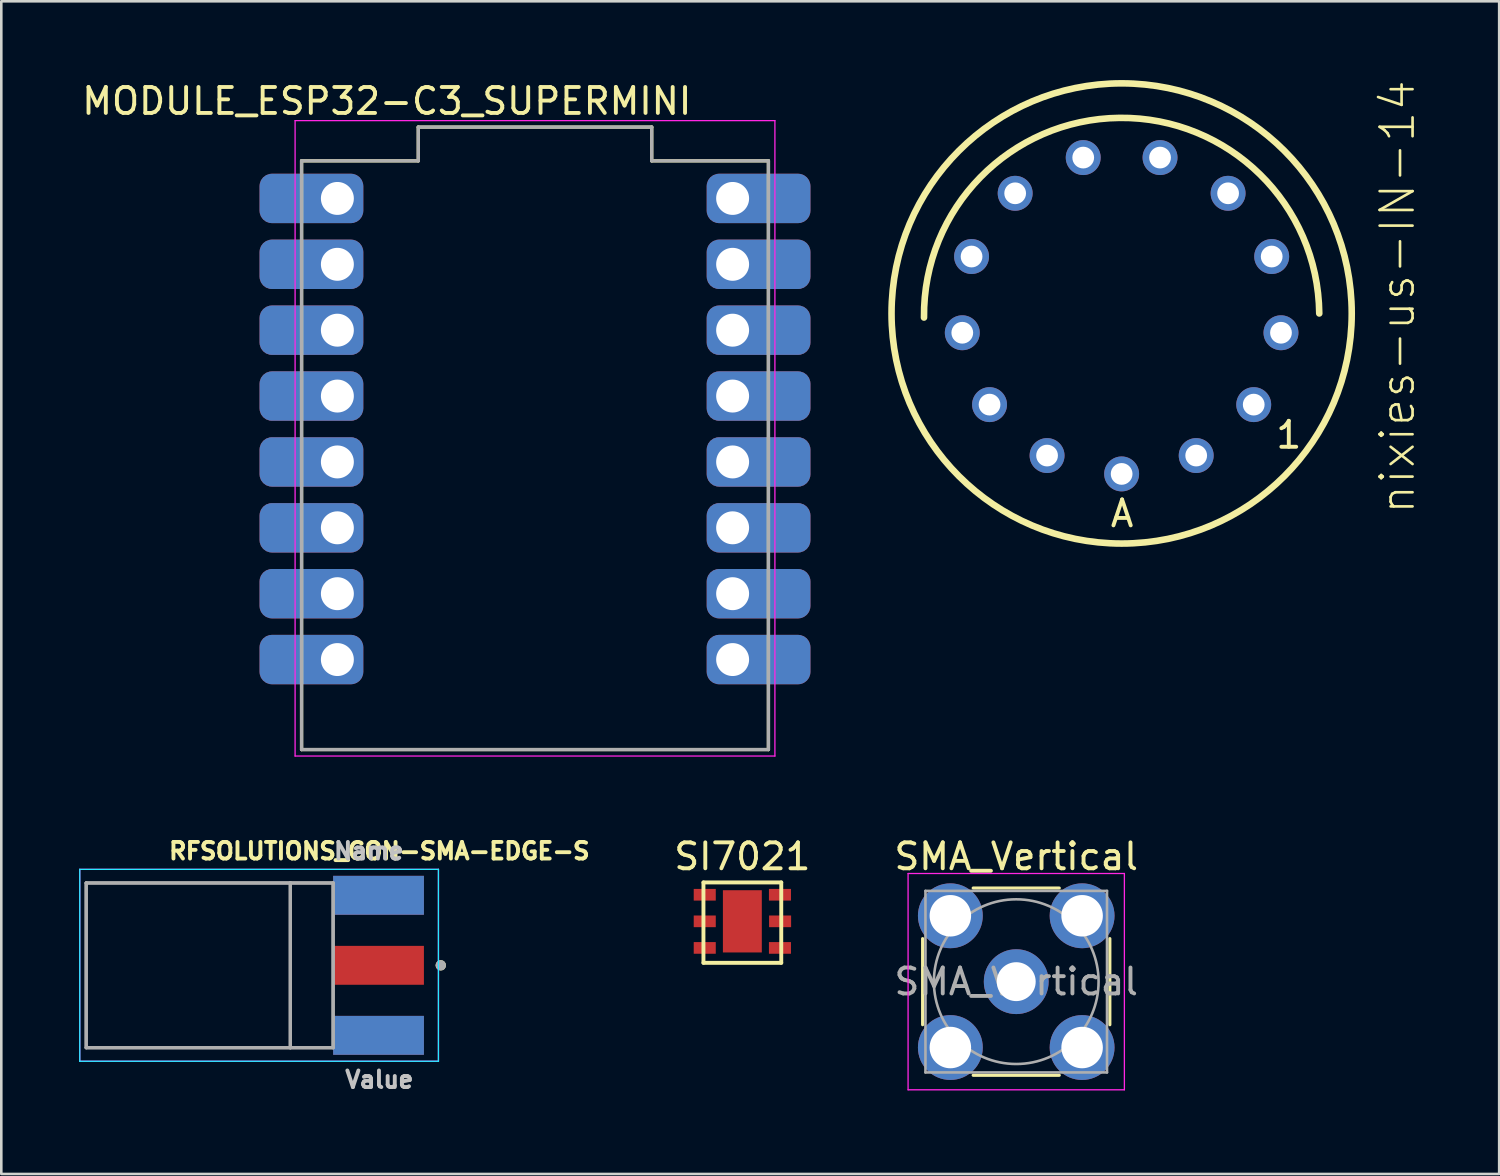
<source format=kicad_pcb>
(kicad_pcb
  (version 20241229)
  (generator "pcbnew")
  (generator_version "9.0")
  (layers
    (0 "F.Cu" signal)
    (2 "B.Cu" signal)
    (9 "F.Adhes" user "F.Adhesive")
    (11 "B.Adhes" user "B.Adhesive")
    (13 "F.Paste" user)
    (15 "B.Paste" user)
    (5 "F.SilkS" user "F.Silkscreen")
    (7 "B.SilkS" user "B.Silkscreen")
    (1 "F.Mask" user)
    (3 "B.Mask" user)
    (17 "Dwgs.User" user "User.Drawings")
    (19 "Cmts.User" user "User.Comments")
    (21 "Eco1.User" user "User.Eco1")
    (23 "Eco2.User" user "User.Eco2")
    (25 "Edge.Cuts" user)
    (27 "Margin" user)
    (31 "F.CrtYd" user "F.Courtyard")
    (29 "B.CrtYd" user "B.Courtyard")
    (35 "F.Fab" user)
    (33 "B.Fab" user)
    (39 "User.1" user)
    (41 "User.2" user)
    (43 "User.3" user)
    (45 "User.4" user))
  (footprint "RFSOLUTIONS_CON-SMA-EDGE-S"
    (layer "F.Cu")
    (at 11.545 34.17)
    (property "Reference" "RFSOLUTIONS_CON-SMA-EDGE-S" (at 0.032 -4.406 0) (layer "F.SilkS") (effects (font (size 0.64 0.64) (thickness 0.15))))
    (attr through_hole)
    (fp_circle (center 2.4 0) (end 2.5 0) (stroke (width 0.2) (type solid)) (fill no) (layer "F.SilkS"))
    (fp_line (start -11.52 -3.7) (end -11.52 3.7) (stroke (width 0.05) (type solid)) (layer "B.CrtYd"))
    (fp_line (start -11.52 3.7) (end 2.31 3.7) (stroke (width 0.05) (type solid)) (layer "B.CrtYd"))
    (fp_line (start 2.31 -3.7) (end -11.52 -3.7) (stroke (width 0.05) (type solid)) (layer "B.CrtYd"))
    (fp_line (start 2.31 3.7) (end 2.31 -3.7) (stroke (width 0.05) (type solid)) (layer "B.CrtYd"))
    (fp_line (start -11.52 -3.7) (end 2.31 -3.7) (stroke (width 0.05) (type solid)) (layer "F.CrtYd"))
    (fp_line (start -11.52 3.7) (end -11.52 -3.7) (stroke (width 0.05) (type solid)) (layer "F.CrtYd"))
    (fp_line (start 2.31 -3.7) (end 2.31 3.7) (stroke (width 0.05) (type solid)) (layer "F.CrtYd"))
    (fp_line (start 2.31 3.7) (end -11.52 3.7) (stroke (width 0.05) (type solid)) (layer "F.CrtYd"))
    (fp_line (start -11.27 -3.175) (end -11.27 3.175) (stroke (width 0.127) (type solid)) (layer "F.Fab"))
    (fp_line (start -11.27 -3.175) (end -3.4 -3.175) (stroke (width 0.127) (type solid)) (layer "F.Fab"))
    (fp_line (start -11.27 3.175) (end -11.27 -3.175) (stroke (width 0.127) (type solid)) (layer "F.Fab"))
    (fp_line (start -11.27 3.175) (end -3.4 3.175) (stroke (width 0.127) (type solid)) (layer "F.Fab"))
    (fp_line (start -3.4 -3.175) (end -11.27 -3.175) (stroke (width 0.127) (type solid)) (layer "F.Fab"))
    (fp_line (start -3.4 -3.175) (end -3.4 3.175) (stroke (width 0.127) (type solid)) (layer "F.Fab"))
    (fp_line (start -3.4 -3.175) (end -1.75 -3.175) (stroke (width 0.127) (type solid)) (layer "F.Fab"))
    (fp_line (start -3.4 3.175) (end -11.27 3.175) (stroke (width 0.127) (type solid)) (layer "F.Fab"))
    (fp_line (start -3.4 3.175) (end -3.4 -3.175) (stroke (width 0.127) (type solid)) (layer "F.Fab"))
    (fp_line (start -3.4 3.175) (end -1.75 3.175) (stroke (width 0.127) (type solid)) (layer "F.Fab"))
    (fp_line (start -1.75 -3.175) (end -3.4 -3.175) (stroke (width 0.127) (type solid)) (layer "F.Fab"))
    (fp_line (start -1.75 -3.175) (end -1.75 3.175) (stroke (width 0.127) (type solid)) (layer "F.Fab"))
    (fp_line (start -1.75 3.175) (end -3.4 3.175) (stroke (width 0.127) (type solid)) (layer "F.Fab"))
    (fp_line (start -1.75 3.175) (end -1.75 -3.175) (stroke (width 0.127) (type solid)) (layer "F.Fab"))
    (fp_circle (center 2.4 0) (end 2.5 0) (stroke (width 0.2) (type solid)) (fill no) (layer "F.Fab"))
    (fp_text user "Name" (at -0.374 -4.406 0) (layer "Dwgs.User") (effects (font (size 0.64 0.64) (thickness 0.15))))
    (fp_text user "Value" (at 0.032 4.406 0) (layer "Dwgs.User") (effects (font (size 0.64 0.64) (thickness 0.15))))
    (pad "1" smd rect (at 0 0) (size 3.5 1.5) (layers "F.Cu" "F.Mask" "F.Paste"))
    (pad "G1" smd rect (at 0 -2.7) (size 3.5 1.5) (layers "F.Cu" "F.Mask" "F.Paste"))
    (pad "G2" smd rect (at 0 2.7) (size 3.5 1.5) (layers "F.Cu" "F.Mask" "F.Paste"))
    (pad "G3" smd rect (at 0 -2.7) (size 3.5 1.5) (layers "B.Cu" "B.Mask" "B.Paste"))
    (pad "G4" smd rect (at 0 2.7) (size 3.5 1.5) (layers "B.Cu" "B.Mask" "B.Paste")))
  (footprint "SI7021"
    (layer "F.Cu")
    (at 25.573 32.474)
    (property "Reference" "SI7021" (at 0 -2.5 0) (layer "F.SilkS") (effects (font (size 1 1) (thickness 0.15))))
    (attr through_hole)
    (fp_line (start -1.5 -1.5) (end 1.5 -1.5) (stroke (width 0.15) (type solid)) (layer "F.SilkS"))
    (fp_line (start -1.5 1.6) (end -1.5 -1.5) (stroke (width 0.15) (type solid)) (layer "F.SilkS"))
    (fp_line (start 1.5 -1.5) (end 1.5 1.6) (stroke (width 0.15) (type solid)) (layer "F.SilkS"))
    (fp_line (start 1.5 1.6) (end -1.5 1.6) (stroke (width 0.15) (type solid)) (layer "F.SilkS"))
    (pad "" smd rect (at 0 0) (size 1.5 2.4) (layers "F.Cu" "F.Mask" "F.Paste"))
    (pad "1" smd rect (at -1.45 -1.025) (size 0.85 0.45) (layers "F.Cu" "F.Mask" "F.Paste"))
    (pad "2" smd rect (at -1.45 0) (size 0.85 0.45) (layers "F.Cu" "F.Mask" "F.Paste"))
    (pad "3" smd rect (at -1.45 1.025) (size 0.85 0.45) (layers "F.Cu" "F.Mask" "F.Paste"))
    (pad "4" smd rect (at 1.45 1.025) (size 0.85 0.45) (layers "F.Cu" "F.Mask" "F.Paste"))
    (pad "5" smd rect (at 1.455 0) (size 0.85 0.45) (layers "F.Cu" "F.Mask" "F.Paste"))
    (pad "6" smd rect (at 1.45 -1.025) (size 0.85 0.45) (layers "F.Cu" "F.Mask" "F.Paste")))
  (footprint "MODULE_ESP32-C3_SUPERMINI"
    (layer "F.Cu")
    (at 17.578 14.501)
    (property "Reference" "MODULE_ESP32-C3_SUPERMINI" (at -5.715 -13.652 0) (layer "F.SilkS") (effects (font (size 1 1) (thickness 0.15))))
    (attr through_hole)
    (fp_line (start -9 11.35) (end -9 -11.35) (stroke (width 0.127) (type solid)) (layer "F.SilkS"))
    (fp_line (start -4.5 -12.65) (end -4.5 -11.35) (stroke (width 0.127) (type solid)) (layer "F.SilkS"))
    (fp_line (start -4.5 -11.35) (end -9 -11.35) (stroke (width 0.127) (type solid)) (layer "F.SilkS"))
    (fp_line (start 4.5 -12.65) (end -4.5 -12.65) (stroke (width 0.127) (type solid)) (layer "F.SilkS"))
    (fp_line (start 4.5 -12.65) (end 4.5 -11.35) (stroke (width 0.127) (type solid)) (layer "F.SilkS"))
    (fp_line (start 9 -11.35) (end 4.5 -11.35) (stroke (width 0.127) (type solid)) (layer "F.SilkS"))
    (fp_line (start 9 11.35) (end -9 11.35) (stroke (width 0.127) (type solid)) (layer "F.SilkS"))
    (fp_line (start 9 11.35) (end 9 -11.35) (stroke (width 0.127) (type solid)) (layer "F.SilkS"))
    (fp_line (start -9.25 -12.9) (end 9.25 -12.9) (stroke (width 0.05) (type solid)) (layer "F.CrtYd"))
    (fp_line (start -9.25 11.6) (end -9.25 -12.9) (stroke (width 0.05) (type solid)) (layer "F.CrtYd"))
    (fp_line (start 9.25 -12.9) (end 9.25 11.6) (stroke (width 0.05) (type solid)) (layer "F.CrtYd"))
    (fp_line (start 9.25 11.6) (end -9.25 11.6) (stroke (width 0.05) (type solid)) (layer "F.CrtYd"))
    (fp_line (start -9 11.35) (end -9 -11.35) (stroke (width 0.127) (type solid)) (layer "F.Fab"))
    (fp_line (start -4.5 -12.65) (end -4.5 -11.35) (stroke (width 0.127) (type solid)) (layer "F.Fab"))
    (fp_line (start -4.5 -11.35) (end -9 -11.35) (stroke (width 0.127) (type solid)) (layer "F.Fab"))
    (fp_line (start 4.5 -12.65) (end -4.5 -12.65) (stroke (width 0.127) (type solid)) (layer "F.Fab"))
    (fp_line (start 4.5 -12.65) (end 4.5 -11.35) (stroke (width 0.127) (type solid)) (layer "F.Fab"))
    (fp_line (start 9 -11.35) (end 4.5 -11.35) (stroke (width 0.127) (type solid)) (layer "F.Fab"))
    (fp_line (start 9 11.35) (end -9 11.35) (stroke (width 0.127) (type solid)) (layer "F.Fab"))
    (fp_line (start 9 11.35) (end 9 -11.35) (stroke (width 0.127) (type solid)) (layer "F.Fab"))
    (pad "0" thru_hole roundrect (at 7.62 7.88) (size 4 1.905) (drill 1.27 (offset 1 0)) (layers "*.Cu" "*.Mask") (roundrect_rratio 0.25))
    (pad "1" thru_hole roundrect (at 7.62 5.34) (size 4 1.905) (drill 1.27 (offset 1 0)) (layers "*.Cu" "*.Mask") (roundrect_rratio 0.25))
    (pad "2" thru_hole roundrect (at 7.62 2.8) (size 4 1.905) (drill 1.27 (offset 1 0)) (layers "*.Cu" "*.Mask") (roundrect_rratio 0.25))
    (pad "3" thru_hole roundrect (at 7.62 0.26) (size 4 1.905) (drill 1.27 (offset 1 0)) (layers "*.Cu" "*.Mask") (roundrect_rratio 0.25))
    (pad "3.3" thru_hole roundrect (at 7.62 -4.82) (size 4 1.905) (drill 1.27 (offset 1 0)) (layers "*.Cu" "*.Mask") (roundrect_rratio 0.25))
    (pad "4" thru_hole roundrect (at 7.62 -2.28) (size 4 1.905) (drill 1.27 (offset 1 0)) (layers "*.Cu" "*.Mask") (roundrect_rratio 0.25))
    (pad "5" thru_hole roundrect (at -7.62 -9.9) (size 4 1.905) (drill 1.27 (offset -1 0)) (layers "*.Cu" "*.Mask") (roundrect_rratio 0.25))
    (pad "5V" thru_hole roundrect (at 7.62 -9.9) (size 4 1.905) (drill 1.27 (offset 1 0)) (layers "*.Cu" "*.Mask") (roundrect_rratio 0.25))
    (pad "6" thru_hole roundrect (at -7.62 -7.36) (size 4 1.905) (drill 1.27 (offset -1 0)) (layers "*.Cu" "*.Mask") (roundrect_rratio 0.25))
    (pad "7" thru_hole roundrect (at -7.62 -4.82) (size 4 1.905) (drill 1.27 (offset -1 0)) (layers "*.Cu" "*.Mask") (roundrect_rratio 0.25))
    (pad "8" thru_hole roundrect (at -7.62 -2.28) (size 4 1.905) (drill 1.27 (offset -1 0)) (layers "*.Cu" "*.Mask") (roundrect_rratio 0.25))
    (pad "9" thru_hole roundrect (at -7.62 0.26) (size 4 1.905) (drill 1.27 (offset -1 0)) (layers "*.Cu" "*.Mask") (roundrect_rratio 0.25))
    (pad "10" thru_hole roundrect (at -7.62 2.8) (size 4 1.905) (drill 1.27 (offset -1 0)) (layers "*.Cu" "*.Mask") (roundrect_rratio 0.25))
    (pad "20" thru_hole roundrect (at -7.62 5.34) (size 4 1.905) (drill 1.27 (offset -1 0)) (layers "*.Cu" "*.Mask") (roundrect_rratio 0.25))
    (pad "21" thru_hole roundrect (at -7.62 7.88) (size 4 1.905) (drill 1.27 (offset -1 0)) (layers "*.Cu" "*.Mask") (roundrect_rratio 0.25))
    (pad "G" thru_hole roundrect (at 7.62 -7.36) (size 4 1.905) (drill 1.27 (offset 1 0)) (layers "*.Cu" "*.Mask") (roundrect_rratio 0.25)))
  (footprint "SMA_Vertical"
    (layer "F.Cu")
    (at 36.133 34.8)
    (property "Reference" "SMA_Vertical" (at 0 -4.826 0) (layer "F.SilkS") (effects (font (size 1 1) (thickness 0.15))))
    (attr through_hole)
    (fp_line (start -3.61 -1.66) (end -3.61 1.66) (stroke (width 0.12) (type solid)) (layer "F.SilkS"))
    (fp_line (start 1.66 -3.61) (end -1.66 -3.61) (stroke (width 0.12) (type solid)) (layer "F.SilkS"))
    (fp_line (start 1.66 3.61) (end -1.66 3.61) (stroke (width 0.12) (type solid)) (layer "F.SilkS"))
    (fp_line (start 3.61 -1.66) (end 3.61 1.66) (stroke (width 0.12) (type solid)) (layer "F.SilkS"))
    (fp_line (start -4.17 -4.17) (end -4.17 4.17) (stroke (width 0.05) (type solid)) (layer "F.CrtYd"))
    (fp_line (start -4.17 -4.17) (end 4.17 -4.17) (stroke (width 0.05) (type solid)) (layer "F.CrtYd"))
    (fp_line (start 4.17 4.17) (end -4.17 4.17) (stroke (width 0.05) (type solid)) (layer "F.CrtYd"))
    (fp_line (start 4.17 4.17) (end 4.17 -4.17) (stroke (width 0.05) (type solid)) (layer "F.CrtYd"))
    (fp_line (start -3.5 -3.5) (end -3.5 3.5) (stroke (width 0.1) (type solid)) (layer "F.Fab"))
    (fp_line (start -3.5 -3.5) (end 3.5 -3.5) (stroke (width 0.1) (type solid)) (layer "F.Fab"))
    (fp_line (start -3.5 3.5) (end 3.5 3.5) (stroke (width 0.1) (type solid)) (layer "F.Fab"))
    (fp_line (start 3.5 -3.5) (end 3.5 3.5) (stroke (width 0.1) (type solid)) (layer "F.Fab"))
    (fp_circle (center 0 0) (end 3.175 0) (stroke (width 0.1) (type solid)) (fill no) (layer "F.Fab"))
    (fp_text user "${REFERENCE}" (at 0 0 0) (layer "F.Fab") (effects (font (size 1 1) (thickness 0.15))))
    (pad "1" thru_hole circle (at 0 0) (size 2.5 2.5) (drill 1.5) (layers "*.Cu" "*.Mask"))
    (pad "2" thru_hole circle (at -2.54 -2.54) (size 2.5 2.5) (drill 1.6) (layers "*.Cu" "*.Mask"))
    (pad "2" thru_hole circle (at -2.54 2.54) (size 2.5 2.5) (drill 1.6) (layers "*.Cu" "*.Mask"))
    (pad "2" thru_hole circle (at 2.54 -2.54) (size 2.5 2.5) (drill 1.6) (layers "*.Cu" "*.Mask"))
    (pad "2" thru_hole circle (at 2.54 2.54) (size 2.5 2.5) (drill 1.6) (layers "*.Cu" "*.Mask")))
  (footprint "nixies-us-IN-14"
    (layer "F.Cu")
    (at 40.197 9.036)
    (property "Reference" "nixies-us-IN-14" (at 10.635 -0.635 90) (layer "F.SilkS") (effects (font (size 1.27 1.27) (thickness 0.102))))
    (attr exclude_from_pos_files exclude_from_bom)
    (fp_arc (start -7.62 0.15748) (mid -0.07874 -7.54126) (end 7.62 0) (stroke (width 0.254) (type solid)) (layer "F.SilkS"))
    (fp_circle (center 0 0) (end 0 -8.872) (stroke (width 0.254) (type solid)) (fill no) (layer "F.SilkS"))
    (fp_text user "1" (at 5.87 5.27 0) (unlocked yes) (layer "F.SilkS") (effects (font (size 1 1) (thickness 0.15)) (justify left bottom)))
    (fp_text user "A" (at -0.51 8.3 0) (unlocked yes) (layer "F.SilkS") (effects (font (size 1 1) (thickness 0.15)) (justify left bottom)))
    (pad "0" thru_hole circle (at -5.093 3.515) (size 1.346 1.346) (drill 0.838) (layers "*.Cu" "*.Mask"))
    (pad "1" thru_hole circle (at 5.093 3.515) (size 1.346 1.346) (drill 0.838) (layers "*.Cu" "*.Mask"))
    (pad "2" thru_hole circle (at 6.144 0.744) (size 1.346 1.346) (drill 0.838) (layers "*.Cu" "*.Mask"))
    (pad "3" thru_hole circle (at 5.786 -2.195) (size 1.346 1.346) (drill 0.838) (layers "*.Cu" "*.Mask"))
    (pad "4" thru_hole circle (at 4.105 -4.633) (size 1.346 1.346) (drill 0.838) (layers "*.Cu" "*.Mask"))
    (pad "5" thru_hole circle (at 1.481 -6.01) (size 1.346 1.346) (drill 0.838) (layers "*.Cu" "*.Mask"))
    (pad "6" thru_hole circle (at -1.481 -6.01) (size 1.346 1.346) (drill 0.838) (layers "*.Cu" "*.Mask"))
    (pad "7" thru_hole circle (at -4.105 -4.633) (size 1.346 1.346) (drill 0.838) (layers "*.Cu" "*.Mask"))
    (pad "8" thru_hole circle (at -5.786 -2.195) (size 1.346 1.346) (drill 0.838) (layers "*.Cu" "*.Mask"))
    (pad "9" thru_hole circle (at -6.144 0.744) (size 1.346 1.346) (drill 0.838) (layers "*.Cu" "*.Mask"))
    (pad "A" thru_hole circle (at 0 6.187) (size 1.346 1.346) (drill 0.838) (layers "*.Cu" "*.Mask"))
    (pad "LHDP" thru_hole circle (at 2.875 5.479) (size 1.346 1.346) (drill 0.838) (layers "*.Cu" "*.Mask"))
    (pad "RHDP" thru_hole circle (at -2.875 5.479) (size 1.346 1.346) (drill 0.838) (layers "*.Cu" "*.Mask")))
  (gr_rect
    (start -3 -3)
    (end 54.754 42.214)
    (stroke (width 0.1) (type default))
    (fill no)
    (layer "Edge.Cuts")))
</source>
